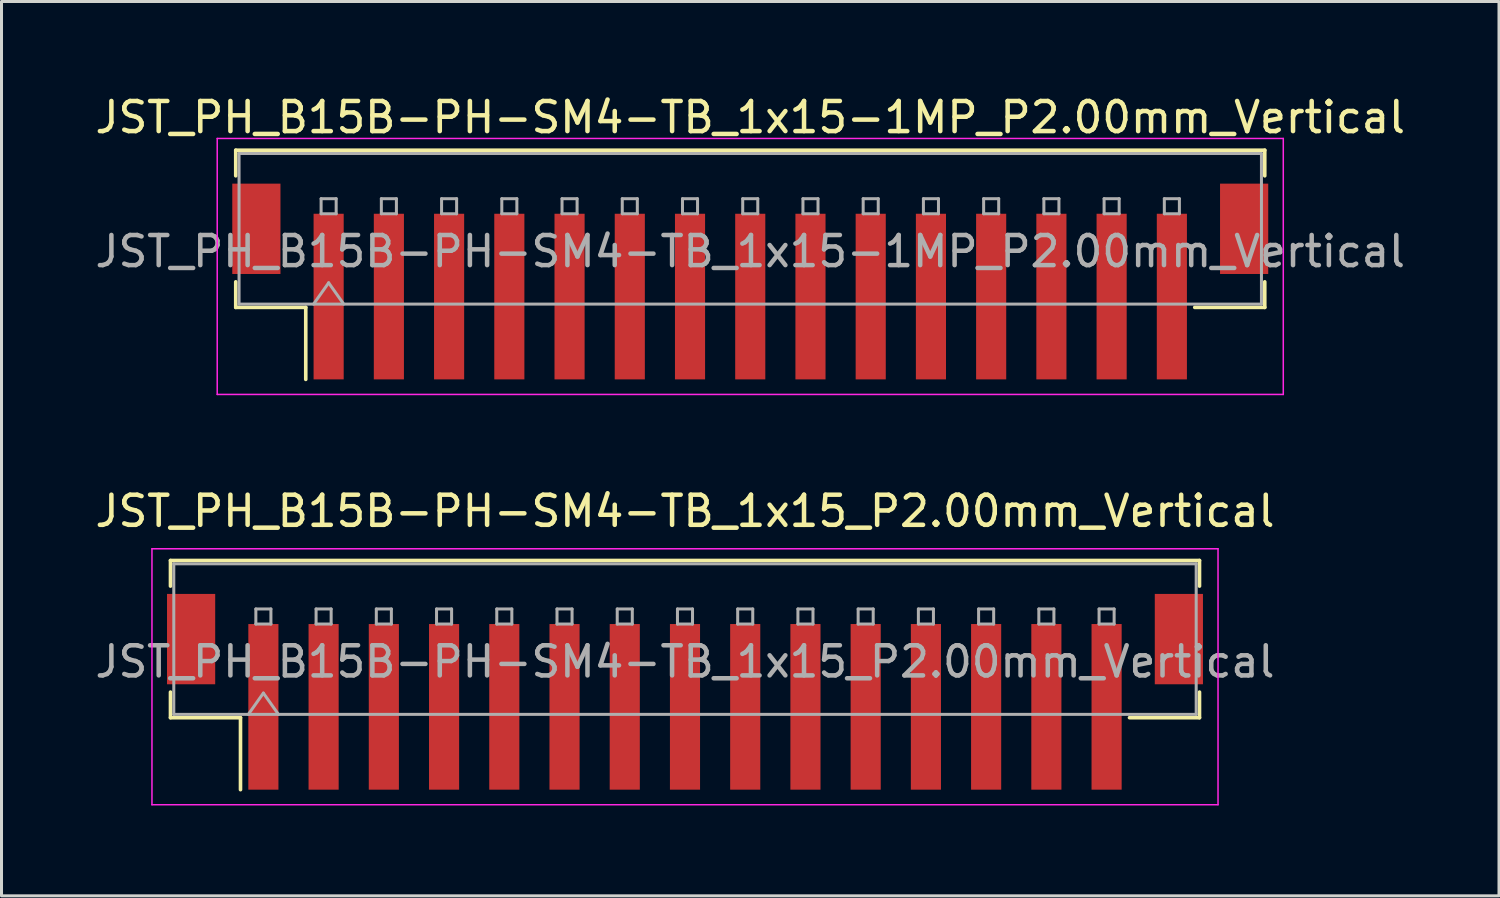
<source format=kicad_pcb>
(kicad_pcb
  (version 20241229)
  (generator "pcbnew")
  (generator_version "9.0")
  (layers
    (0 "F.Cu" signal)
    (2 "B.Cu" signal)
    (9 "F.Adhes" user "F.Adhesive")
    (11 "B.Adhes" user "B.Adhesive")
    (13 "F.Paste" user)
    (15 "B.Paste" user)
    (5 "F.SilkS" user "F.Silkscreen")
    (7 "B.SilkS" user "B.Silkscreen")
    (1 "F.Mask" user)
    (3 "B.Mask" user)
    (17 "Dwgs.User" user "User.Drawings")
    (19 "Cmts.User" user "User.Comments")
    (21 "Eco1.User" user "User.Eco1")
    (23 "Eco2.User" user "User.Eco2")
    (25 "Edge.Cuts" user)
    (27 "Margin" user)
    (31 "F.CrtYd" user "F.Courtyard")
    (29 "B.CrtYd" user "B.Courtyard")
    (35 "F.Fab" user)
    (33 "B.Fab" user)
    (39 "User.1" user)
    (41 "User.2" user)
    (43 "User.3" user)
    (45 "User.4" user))
  (footprint "JST_PH_B15B-PH-SM4-TB_1x15_P2.00mm_Vertical"
    (layer "F.Cu")
    (at 19.696 19.922)
    (property "Reference" "JST_PH_B15B-PH-SM4-TB_1x15_P2.00mm_Vertical" (at 0 -6 0) (layer "F.SilkS") (effects (font (size 1 1) (thickness 0.15))))
    (attr smd)
    (fp_line (start -17.085 -4.36) (end 17.085 -4.36) (stroke (width 0.12) (type solid)) (layer "F.SilkS"))
    (fp_line (start -17.085 -3.51) (end -17.085 -4.36) (stroke (width 0.12) (type solid)) (layer "F.SilkS"))
    (fp_line (start -17.085 0.01) (end -17.085 0.86) (stroke (width 0.12) (type solid)) (layer "F.SilkS"))
    (fp_line (start -17.085 0.86) (end -14.76 0.86) (stroke (width 0.12) (type solid)) (layer "F.SilkS"))
    (fp_line (start -14.76 0.86) (end -14.76 3.25) (stroke (width 0.12) (type solid)) (layer "F.SilkS"))
    (fp_line (start 17.085 -4.36) (end 17.085 -3.51) (stroke (width 0.12) (type solid)) (layer "F.SilkS"))
    (fp_line (start 17.085 0.01) (end 17.085 0.86) (stroke (width 0.12) (type solid)) (layer "F.SilkS"))
    (fp_line (start 17.085 0.86) (end 14.76 0.86) (stroke (width 0.12) (type solid)) (layer "F.SilkS"))
    (fp_line (start -17.7 -4.75) (end -17.7 3.75) (stroke (width 0.05) (type solid)) (layer "F.CrtYd"))
    (fp_line (start -17.7 3.75) (end 17.7 3.75) (stroke (width 0.05) (type solid)) (layer "F.CrtYd"))
    (fp_line (start 17.7 -4.75) (end -17.7 -4.75) (stroke (width 0.05) (type solid)) (layer "F.CrtYd"))
    (fp_line (start 17.7 3.75) (end 17.7 -4.75) (stroke (width 0.05) (type solid)) (layer "F.CrtYd"))
    (fp_line (start -16.975 -4.25) (end 16.975 -4.25) (stroke (width 0.1) (type solid)) (layer "F.Fab"))
    (fp_line (start -16.975 0.75) (end -16.975 -4.25) (stroke (width 0.1) (type solid)) (layer "F.Fab"))
    (fp_line (start -16.975 0.75) (end 16.975 0.75) (stroke (width 0.1) (type solid)) (layer "F.Fab"))
    (fp_line (start -14.5 0.75) (end -14 0.043) (stroke (width 0.1) (type solid)) (layer "F.Fab"))
    (fp_line (start -14.25 -2.75) (end -14.25 -2.25) (stroke (width 0.1) (type solid)) (layer "F.Fab"))
    (fp_line (start -14.25 -2.25) (end -13.75 -2.25) (stroke (width 0.1) (type solid)) (layer "F.Fab"))
    (fp_line (start -14 0.043) (end -13.5 0.75) (stroke (width 0.1) (type solid)) (layer "F.Fab"))
    (fp_line (start -13.75 -2.75) (end -14.25 -2.75) (stroke (width 0.1) (type solid)) (layer "F.Fab"))
    (fp_line (start -13.75 -2.25) (end -13.75 -2.75) (stroke (width 0.1) (type solid)) (layer "F.Fab"))
    (fp_line (start -12.25 -2.75) (end -12.25 -2.25) (stroke (width 0.1) (type solid)) (layer "F.Fab"))
    (fp_line (start -12.25 -2.25) (end -11.75 -2.25) (stroke (width 0.1) (type solid)) (layer "F.Fab"))
    (fp_line (start -11.75 -2.75) (end -12.25 -2.75) (stroke (width 0.1) (type solid)) (layer "F.Fab"))
    (fp_line (start -11.75 -2.25) (end -11.75 -2.75) (stroke (width 0.1) (type solid)) (layer "F.Fab"))
    (fp_line (start -10.25 -2.75) (end -10.25 -2.25) (stroke (width 0.1) (type solid)) (layer "F.Fab"))
    (fp_line (start -10.25 -2.25) (end -9.75 -2.25) (stroke (width 0.1) (type solid)) (layer "F.Fab"))
    (fp_line (start -9.75 -2.75) (end -10.25 -2.75) (stroke (width 0.1) (type solid)) (layer "F.Fab"))
    (fp_line (start -9.75 -2.25) (end -9.75 -2.75) (stroke (width 0.1) (type solid)) (layer "F.Fab"))
    (fp_line (start -8.25 -2.75) (end -8.25 -2.25) (stroke (width 0.1) (type solid)) (layer "F.Fab"))
    (fp_line (start -8.25 -2.25) (end -7.75 -2.25) (stroke (width 0.1) (type solid)) (layer "F.Fab"))
    (fp_line (start -7.75 -2.75) (end -8.25 -2.75) (stroke (width 0.1) (type solid)) (layer "F.Fab"))
    (fp_line (start -7.75 -2.25) (end -7.75 -2.75) (stroke (width 0.1) (type solid)) (layer "F.Fab"))
    (fp_line (start -6.25 -2.75) (end -6.25 -2.25) (stroke (width 0.1) (type solid)) (layer "F.Fab"))
    (fp_line (start -6.25 -2.25) (end -5.75 -2.25) (stroke (width 0.1) (type solid)) (layer "F.Fab"))
    (fp_line (start -5.75 -2.75) (end -6.25 -2.75) (stroke (width 0.1) (type solid)) (layer "F.Fab"))
    (fp_line (start -5.75 -2.25) (end -5.75 -2.75) (stroke (width 0.1) (type solid)) (layer "F.Fab"))
    (fp_line (start -4.25 -2.75) (end -4.25 -2.25) (stroke (width 0.1) (type solid)) (layer "F.Fab"))
    (fp_line (start -4.25 -2.25) (end -3.75 -2.25) (stroke (width 0.1) (type solid)) (layer "F.Fab"))
    (fp_line (start -3.75 -2.75) (end -4.25 -2.75) (stroke (width 0.1) (type solid)) (layer "F.Fab"))
    (fp_line (start -3.75 -2.25) (end -3.75 -2.75) (stroke (width 0.1) (type solid)) (layer "F.Fab"))
    (fp_line (start -2.25 -2.75) (end -2.25 -2.25) (stroke (width 0.1) (type solid)) (layer "F.Fab"))
    (fp_line (start -2.25 -2.25) (end -1.75 -2.25) (stroke (width 0.1) (type solid)) (layer "F.Fab"))
    (fp_line (start -1.75 -2.75) (end -2.25 -2.75) (stroke (width 0.1) (type solid)) (layer "F.Fab"))
    (fp_line (start -1.75 -2.25) (end -1.75 -2.75) (stroke (width 0.1) (type solid)) (layer "F.Fab"))
    (fp_line (start -0.25 -2.75) (end -0.25 -2.25) (stroke (width 0.1) (type solid)) (layer "F.Fab"))
    (fp_line (start -0.25 -2.25) (end 0.25 -2.25) (stroke (width 0.1) (type solid)) (layer "F.Fab"))
    (fp_line (start 0.25 -2.75) (end -0.25 -2.75) (stroke (width 0.1) (type solid)) (layer "F.Fab"))
    (fp_line (start 0.25 -2.25) (end 0.25 -2.75) (stroke (width 0.1) (type solid)) (layer "F.Fab"))
    (fp_line (start 1.75 -2.75) (end 1.75 -2.25) (stroke (width 0.1) (type solid)) (layer "F.Fab"))
    (fp_line (start 1.75 -2.25) (end 2.25 -2.25) (stroke (width 0.1) (type solid)) (layer "F.Fab"))
    (fp_line (start 2.25 -2.75) (end 1.75 -2.75) (stroke (width 0.1) (type solid)) (layer "F.Fab"))
    (fp_line (start 2.25 -2.25) (end 2.25 -2.75) (stroke (width 0.1) (type solid)) (layer "F.Fab"))
    (fp_line (start 3.75 -2.75) (end 3.75 -2.25) (stroke (width 0.1) (type solid)) (layer "F.Fab"))
    (fp_line (start 3.75 -2.25) (end 4.25 -2.25) (stroke (width 0.1) (type solid)) (layer "F.Fab"))
    (fp_line (start 4.25 -2.75) (end 3.75 -2.75) (stroke (width 0.1) (type solid)) (layer "F.Fab"))
    (fp_line (start 4.25 -2.25) (end 4.25 -2.75) (stroke (width 0.1) (type solid)) (layer "F.Fab"))
    (fp_line (start 5.75 -2.75) (end 5.75 -2.25) (stroke (width 0.1) (type solid)) (layer "F.Fab"))
    (fp_line (start 5.75 -2.25) (end 6.25 -2.25) (stroke (width 0.1) (type solid)) (layer "F.Fab"))
    (fp_line (start 6.25 -2.75) (end 5.75 -2.75) (stroke (width 0.1) (type solid)) (layer "F.Fab"))
    (fp_line (start 6.25 -2.25) (end 6.25 -2.75) (stroke (width 0.1) (type solid)) (layer "F.Fab"))
    (fp_line (start 7.75 -2.75) (end 7.75 -2.25) (stroke (width 0.1) (type solid)) (layer "F.Fab"))
    (fp_line (start 7.75 -2.25) (end 8.25 -2.25) (stroke (width 0.1) (type solid)) (layer "F.Fab"))
    (fp_line (start 8.25 -2.75) (end 7.75 -2.75) (stroke (width 0.1) (type solid)) (layer "F.Fab"))
    (fp_line (start 8.25 -2.25) (end 8.25 -2.75) (stroke (width 0.1) (type solid)) (layer "F.Fab"))
    (fp_line (start 9.75 -2.75) (end 9.75 -2.25) (stroke (width 0.1) (type solid)) (layer "F.Fab"))
    (fp_line (start 9.75 -2.25) (end 10.25 -2.25) (stroke (width 0.1) (type solid)) (layer "F.Fab"))
    (fp_line (start 10.25 -2.75) (end 9.75 -2.75) (stroke (width 0.1) (type solid)) (layer "F.Fab"))
    (fp_line (start 10.25 -2.25) (end 10.25 -2.75) (stroke (width 0.1) (type solid)) (layer "F.Fab"))
    (fp_line (start 11.75 -2.75) (end 11.75 -2.25) (stroke (width 0.1) (type solid)) (layer "F.Fab"))
    (fp_line (start 11.75 -2.25) (end 12.25 -2.25) (stroke (width 0.1) (type solid)) (layer "F.Fab"))
    (fp_line (start 12.25 -2.75) (end 11.75 -2.75) (stroke (width 0.1) (type solid)) (layer "F.Fab"))
    (fp_line (start 12.25 -2.25) (end 12.25 -2.75) (stroke (width 0.1) (type solid)) (layer "F.Fab"))
    (fp_line (start 13.75 -2.75) (end 13.75 -2.25) (stroke (width 0.1) (type solid)) (layer "F.Fab"))
    (fp_line (start 13.75 -2.25) (end 14.25 -2.25) (stroke (width 0.1) (type solid)) (layer "F.Fab"))
    (fp_line (start 14.25 -2.75) (end 13.75 -2.75) (stroke (width 0.1) (type solid)) (layer "F.Fab"))
    (fp_line (start 14.25 -2.25) (end 14.25 -2.75) (stroke (width 0.1) (type solid)) (layer "F.Fab"))
    (fp_line (start 16.975 0.75) (end 16.975 -4.25) (stroke (width 0.1) (type solid)) (layer "F.Fab"))
    (fp_text user "${REFERENCE}" (at 0 -1 0) (layer "F.Fab") (effects (font (size 1 1) (thickness 0.15))))
    (pad "" smd rect (at -16.4 -1.75) (size 1.6 3) (layers "F.Cu" "F.Mask" "F.Paste"))
    (pad "" smd rect (at 16.4 -1.75) (size 1.6 3) (layers "F.Cu" "F.Mask" "F.Paste"))
    (pad "1" smd rect (at -14 0.5) (size 1 5.5) (layers "F.Cu" "F.Mask" "F.Paste"))
    (pad "2" smd rect (at -12 0.5) (size 1 5.5) (layers "F.Cu" "F.Mask" "F.Paste"))
    (pad "3" smd rect (at -10 0.5) (size 1 5.5) (layers "F.Cu" "F.Mask" "F.Paste"))
    (pad "4" smd rect (at -8 0.5) (size 1 5.5) (layers "F.Cu" "F.Mask" "F.Paste"))
    (pad "5" smd rect (at -6 0.5) (size 1 5.5) (layers "F.Cu" "F.Mask" "F.Paste"))
    (pad "6" smd rect (at -4 0.5) (size 1 5.5) (layers "F.Cu" "F.Mask" "F.Paste"))
    (pad "7" smd rect (at -2 0.5) (size 1 5.5) (layers "F.Cu" "F.Mask" "F.Paste"))
    (pad "8" smd rect (at 0 0.5) (size 1 5.5) (layers "F.Cu" "F.Mask" "F.Paste"))
    (pad "9" smd rect (at 2 0.5) (size 1 5.5) (layers "F.Cu" "F.Mask" "F.Paste"))
    (pad "10" smd rect (at 4 0.5) (size 1 5.5) (layers "F.Cu" "F.Mask" "F.Paste"))
    (pad "11" smd rect (at 6 0.5) (size 1 5.5) (layers "F.Cu" "F.Mask" "F.Paste"))
    (pad "12" smd rect (at 8 0.5) (size 1 5.5) (layers "F.Cu" "F.Mask" "F.Paste"))
    (pad "13" smd rect (at 10 0.5) (size 1 5.5) (layers "F.Cu" "F.Mask" "F.Paste"))
    (pad "14" smd rect (at 12 0.5) (size 1 5.5) (layers "F.Cu" "F.Mask" "F.Paste"))
    (pad "15" smd rect (at 14 0.5) (size 1 5.5) (layers "F.Cu" "F.Mask" "F.Paste")))
  (footprint "JST_PH_B15B-PH-SM4-TB_1x15-1MP_P2.00mm_Vertical"
    (layer "F.Cu")
    (at 21.863 6.298)
    (property "Reference" "JST_PH_B15B-PH-SM4-TB_1x15-1MP_P2.00mm_Vertical" (at 0 -5.45 0) (layer "F.SilkS") (effects (font (size 1 1) (thickness 0.15))))
    (attr smd)
    (fp_line (start -17.085 -4.36) (end 17.085 -4.36) (stroke (width 0.12) (type solid)) (layer "F.SilkS"))
    (fp_line (start -17.085 -3.51) (end -17.085 -4.36) (stroke (width 0.12) (type solid)) (layer "F.SilkS"))
    (fp_line (start -17.085 0.01) (end -17.085 0.86) (stroke (width 0.12) (type solid)) (layer "F.SilkS"))
    (fp_line (start -17.085 0.86) (end -14.76 0.86) (stroke (width 0.12) (type solid)) (layer "F.SilkS"))
    (fp_line (start -14.76 0.86) (end -14.76 3.25) (stroke (width 0.12) (type solid)) (layer "F.SilkS"))
    (fp_line (start 17.085 -4.36) (end 17.085 -3.51) (stroke (width 0.12) (type solid)) (layer "F.SilkS"))
    (fp_line (start 17.085 0.01) (end 17.085 0.86) (stroke (width 0.12) (type solid)) (layer "F.SilkS"))
    (fp_line (start 17.085 0.86) (end 14.76 0.86) (stroke (width 0.12) (type solid)) (layer "F.SilkS"))
    (fp_line (start -17.7 -4.75) (end -17.7 3.75) (stroke (width 0.05) (type solid)) (layer "F.CrtYd"))
    (fp_line (start -17.7 3.75) (end 17.7 3.75) (stroke (width 0.05) (type solid)) (layer "F.CrtYd"))
    (fp_line (start 17.7 -4.75) (end -17.7 -4.75) (stroke (width 0.05) (type solid)) (layer "F.CrtYd"))
    (fp_line (start 17.7 3.75) (end 17.7 -4.75) (stroke (width 0.05) (type solid)) (layer "F.CrtYd"))
    (fp_line (start -16.975 -4.25) (end 16.975 -4.25) (stroke (width 0.1) (type solid)) (layer "F.Fab"))
    (fp_line (start -16.975 0.75) (end -16.975 -4.25) (stroke (width 0.1) (type solid)) (layer "F.Fab"))
    (fp_line (start -16.975 0.75) (end 16.975 0.75) (stroke (width 0.1) (type solid)) (layer "F.Fab"))
    (fp_line (start -14.5 0.75) (end -14 0.043) (stroke (width 0.1) (type solid)) (layer "F.Fab"))
    (fp_line (start -14.25 -2.75) (end -14.25 -2.25) (stroke (width 0.1) (type solid)) (layer "F.Fab"))
    (fp_line (start -14.25 -2.25) (end -13.75 -2.25) (stroke (width 0.1) (type solid)) (layer "F.Fab"))
    (fp_line (start -14 0.043) (end -13.5 0.75) (stroke (width 0.1) (type solid)) (layer "F.Fab"))
    (fp_line (start -13.75 -2.75) (end -14.25 -2.75) (stroke (width 0.1) (type solid)) (layer "F.Fab"))
    (fp_line (start -13.75 -2.25) (end -13.75 -2.75) (stroke (width 0.1) (type solid)) (layer "F.Fab"))
    (fp_line (start -12.25 -2.75) (end -12.25 -2.25) (stroke (width 0.1) (type solid)) (layer "F.Fab"))
    (fp_line (start -12.25 -2.25) (end -11.75 -2.25) (stroke (width 0.1) (type solid)) (layer "F.Fab"))
    (fp_line (start -11.75 -2.75) (end -12.25 -2.75) (stroke (width 0.1) (type solid)) (layer "F.Fab"))
    (fp_line (start -11.75 -2.25) (end -11.75 -2.75) (stroke (width 0.1) (type solid)) (layer "F.Fab"))
    (fp_line (start -10.25 -2.75) (end -10.25 -2.25) (stroke (width 0.1) (type solid)) (layer "F.Fab"))
    (fp_line (start -10.25 -2.25) (end -9.75 -2.25) (stroke (width 0.1) (type solid)) (layer "F.Fab"))
    (fp_line (start -9.75 -2.75) (end -10.25 -2.75) (stroke (width 0.1) (type solid)) (layer "F.Fab"))
    (fp_line (start -9.75 -2.25) (end -9.75 -2.75) (stroke (width 0.1) (type solid)) (layer "F.Fab"))
    (fp_line (start -8.25 -2.75) (end -8.25 -2.25) (stroke (width 0.1) (type solid)) (layer "F.Fab"))
    (fp_line (start -8.25 -2.25) (end -7.75 -2.25) (stroke (width 0.1) (type solid)) (layer "F.Fab"))
    (fp_line (start -7.75 -2.75) (end -8.25 -2.75) (stroke (width 0.1) (type solid)) (layer "F.Fab"))
    (fp_line (start -7.75 -2.25) (end -7.75 -2.75) (stroke (width 0.1) (type solid)) (layer "F.Fab"))
    (fp_line (start -6.25 -2.75) (end -6.25 -2.25) (stroke (width 0.1) (type solid)) (layer "F.Fab"))
    (fp_line (start -6.25 -2.25) (end -5.75 -2.25) (stroke (width 0.1) (type solid)) (layer "F.Fab"))
    (fp_line (start -5.75 -2.75) (end -6.25 -2.75) (stroke (width 0.1) (type solid)) (layer "F.Fab"))
    (fp_line (start -5.75 -2.25) (end -5.75 -2.75) (stroke (width 0.1) (type solid)) (layer "F.Fab"))
    (fp_line (start -4.25 -2.75) (end -4.25 -2.25) (stroke (width 0.1) (type solid)) (layer "F.Fab"))
    (fp_line (start -4.25 -2.25) (end -3.75 -2.25) (stroke (width 0.1) (type solid)) (layer "F.Fab"))
    (fp_line (start -3.75 -2.75) (end -4.25 -2.75) (stroke (width 0.1) (type solid)) (layer "F.Fab"))
    (fp_line (start -3.75 -2.25) (end -3.75 -2.75) (stroke (width 0.1) (type solid)) (layer "F.Fab"))
    (fp_line (start -2.25 -2.75) (end -2.25 -2.25) (stroke (width 0.1) (type solid)) (layer "F.Fab"))
    (fp_line (start -2.25 -2.25) (end -1.75 -2.25) (stroke (width 0.1) (type solid)) (layer "F.Fab"))
    (fp_line (start -1.75 -2.75) (end -2.25 -2.75) (stroke (width 0.1) (type solid)) (layer "F.Fab"))
    (fp_line (start -1.75 -2.25) (end -1.75 -2.75) (stroke (width 0.1) (type solid)) (layer "F.Fab"))
    (fp_line (start -0.25 -2.75) (end -0.25 -2.25) (stroke (width 0.1) (type solid)) (layer "F.Fab"))
    (fp_line (start -0.25 -2.25) (end 0.25 -2.25) (stroke (width 0.1) (type solid)) (layer "F.Fab"))
    (fp_line (start 0.25 -2.75) (end -0.25 -2.75) (stroke (width 0.1) (type solid)) (layer "F.Fab"))
    (fp_line (start 0.25 -2.25) (end 0.25 -2.75) (stroke (width 0.1) (type solid)) (layer "F.Fab"))
    (fp_line (start 1.75 -2.75) (end 1.75 -2.25) (stroke (width 0.1) (type solid)) (layer "F.Fab"))
    (fp_line (start 1.75 -2.25) (end 2.25 -2.25) (stroke (width 0.1) (type solid)) (layer "F.Fab"))
    (fp_line (start 2.25 -2.75) (end 1.75 -2.75) (stroke (width 0.1) (type solid)) (layer "F.Fab"))
    (fp_line (start 2.25 -2.25) (end 2.25 -2.75) (stroke (width 0.1) (type solid)) (layer "F.Fab"))
    (fp_line (start 3.75 -2.75) (end 3.75 -2.25) (stroke (width 0.1) (type solid)) (layer "F.Fab"))
    (fp_line (start 3.75 -2.25) (end 4.25 -2.25) (stroke (width 0.1) (type solid)) (layer "F.Fab"))
    (fp_line (start 4.25 -2.75) (end 3.75 -2.75) (stroke (width 0.1) (type solid)) (layer "F.Fab"))
    (fp_line (start 4.25 -2.25) (end 4.25 -2.75) (stroke (width 0.1) (type solid)) (layer "F.Fab"))
    (fp_line (start 5.75 -2.75) (end 5.75 -2.25) (stroke (width 0.1) (type solid)) (layer "F.Fab"))
    (fp_line (start 5.75 -2.25) (end 6.25 -2.25) (stroke (width 0.1) (type solid)) (layer "F.Fab"))
    (fp_line (start 6.25 -2.75) (end 5.75 -2.75) (stroke (width 0.1) (type solid)) (layer "F.Fab"))
    (fp_line (start 6.25 -2.25) (end 6.25 -2.75) (stroke (width 0.1) (type solid)) (layer "F.Fab"))
    (fp_line (start 7.75 -2.75) (end 7.75 -2.25) (stroke (width 0.1) (type solid)) (layer "F.Fab"))
    (fp_line (start 7.75 -2.25) (end 8.25 -2.25) (stroke (width 0.1) (type solid)) (layer "F.Fab"))
    (fp_line (start 8.25 -2.75) (end 7.75 -2.75) (stroke (width 0.1) (type solid)) (layer "F.Fab"))
    (fp_line (start 8.25 -2.25) (end 8.25 -2.75) (stroke (width 0.1) (type solid)) (layer "F.Fab"))
    (fp_line (start 9.75 -2.75) (end 9.75 -2.25) (stroke (width 0.1) (type solid)) (layer "F.Fab"))
    (fp_line (start 9.75 -2.25) (end 10.25 -2.25) (stroke (width 0.1) (type solid)) (layer "F.Fab"))
    (fp_line (start 10.25 -2.75) (end 9.75 -2.75) (stroke (width 0.1) (type solid)) (layer "F.Fab"))
    (fp_line (start 10.25 -2.25) (end 10.25 -2.75) (stroke (width 0.1) (type solid)) (layer "F.Fab"))
    (fp_line (start 11.75 -2.75) (end 11.75 -2.25) (stroke (width 0.1) (type solid)) (layer "F.Fab"))
    (fp_line (start 11.75 -2.25) (end 12.25 -2.25) (stroke (width 0.1) (type solid)) (layer "F.Fab"))
    (fp_line (start 12.25 -2.75) (end 11.75 -2.75) (stroke (width 0.1) (type solid)) (layer "F.Fab"))
    (fp_line (start 12.25 -2.25) (end 12.25 -2.75) (stroke (width 0.1) (type solid)) (layer "F.Fab"))
    (fp_line (start 13.75 -2.75) (end 13.75 -2.25) (stroke (width 0.1) (type solid)) (layer "F.Fab"))
    (fp_line (start 13.75 -2.25) (end 14.25 -2.25) (stroke (width 0.1) (type solid)) (layer "F.Fab"))
    (fp_line (start 14.25 -2.75) (end 13.75 -2.75) (stroke (width 0.1) (type solid)) (layer "F.Fab"))
    (fp_line (start 14.25 -2.25) (end 14.25 -2.75) (stroke (width 0.1) (type solid)) (layer "F.Fab"))
    (fp_line (start 16.975 0.75) (end 16.975 -4.25) (stroke (width 0.1) (type solid)) (layer "F.Fab"))
    (fp_text user "${REFERENCE}" (at 0 -1 0) (layer "F.Fab") (effects (font (size 1 1) (thickness 0.15))))
    (pad "1" smd rect (at -14 0.5) (size 1 5.5) (layers "F.Cu" "F.Mask" "F.Paste"))
    (pad "2" smd rect (at -12 0.5) (size 1 5.5) (layers "F.Cu" "F.Mask" "F.Paste"))
    (pad "3" smd rect (at -10 0.5) (size 1 5.5) (layers "F.Cu" "F.Mask" "F.Paste"))
    (pad "4" smd rect (at -8 0.5) (size 1 5.5) (layers "F.Cu" "F.Mask" "F.Paste"))
    (pad "5" smd rect (at -6 0.5) (size 1 5.5) (layers "F.Cu" "F.Mask" "F.Paste"))
    (pad "6" smd rect (at -4 0.5) (size 1 5.5) (layers "F.Cu" "F.Mask" "F.Paste"))
    (pad "7" smd rect (at -2 0.5) (size 1 5.5) (layers "F.Cu" "F.Mask" "F.Paste"))
    (pad "8" smd rect (at 0 0.5) (size 1 5.5) (layers "F.Cu" "F.Mask" "F.Paste"))
    (pad "9" smd rect (at 2 0.5) (size 1 5.5) (layers "F.Cu" "F.Mask" "F.Paste"))
    (pad "10" smd rect (at 4 0.5) (size 1 5.5) (layers "F.Cu" "F.Mask" "F.Paste"))
    (pad "11" smd rect (at 6 0.5) (size 1 5.5) (layers "F.Cu" "F.Mask" "F.Paste"))
    (pad "12" smd rect (at 8 0.5) (size 1 5.5) (layers "F.Cu" "F.Mask" "F.Paste"))
    (pad "13" smd rect (at 10 0.5) (size 1 5.5) (layers "F.Cu" "F.Mask" "F.Paste"))
    (pad "14" smd rect (at 12 0.5) (size 1 5.5) (layers "F.Cu" "F.Mask" "F.Paste"))
    (pad "15" smd rect (at 14 0.5) (size 1 5.5) (layers "F.Cu" "F.Mask" "F.Paste"))
    (pad "MP" smd rect (at -16.4 -1.75) (size 1.6 3) (layers "F.Cu" "F.Mask" "F.Paste"))
    (pad "MP" smd rect (at 16.4 -1.75) (size 1.6 3) (layers "F.Cu" "F.Mask" "F.Paste")))
  (gr_rect
    (start -3 -3)
    (end 46.726 26.697)
    (stroke (width 0.1) (type default))
    (fill no)
    (layer "Edge.Cuts")))
</source>
